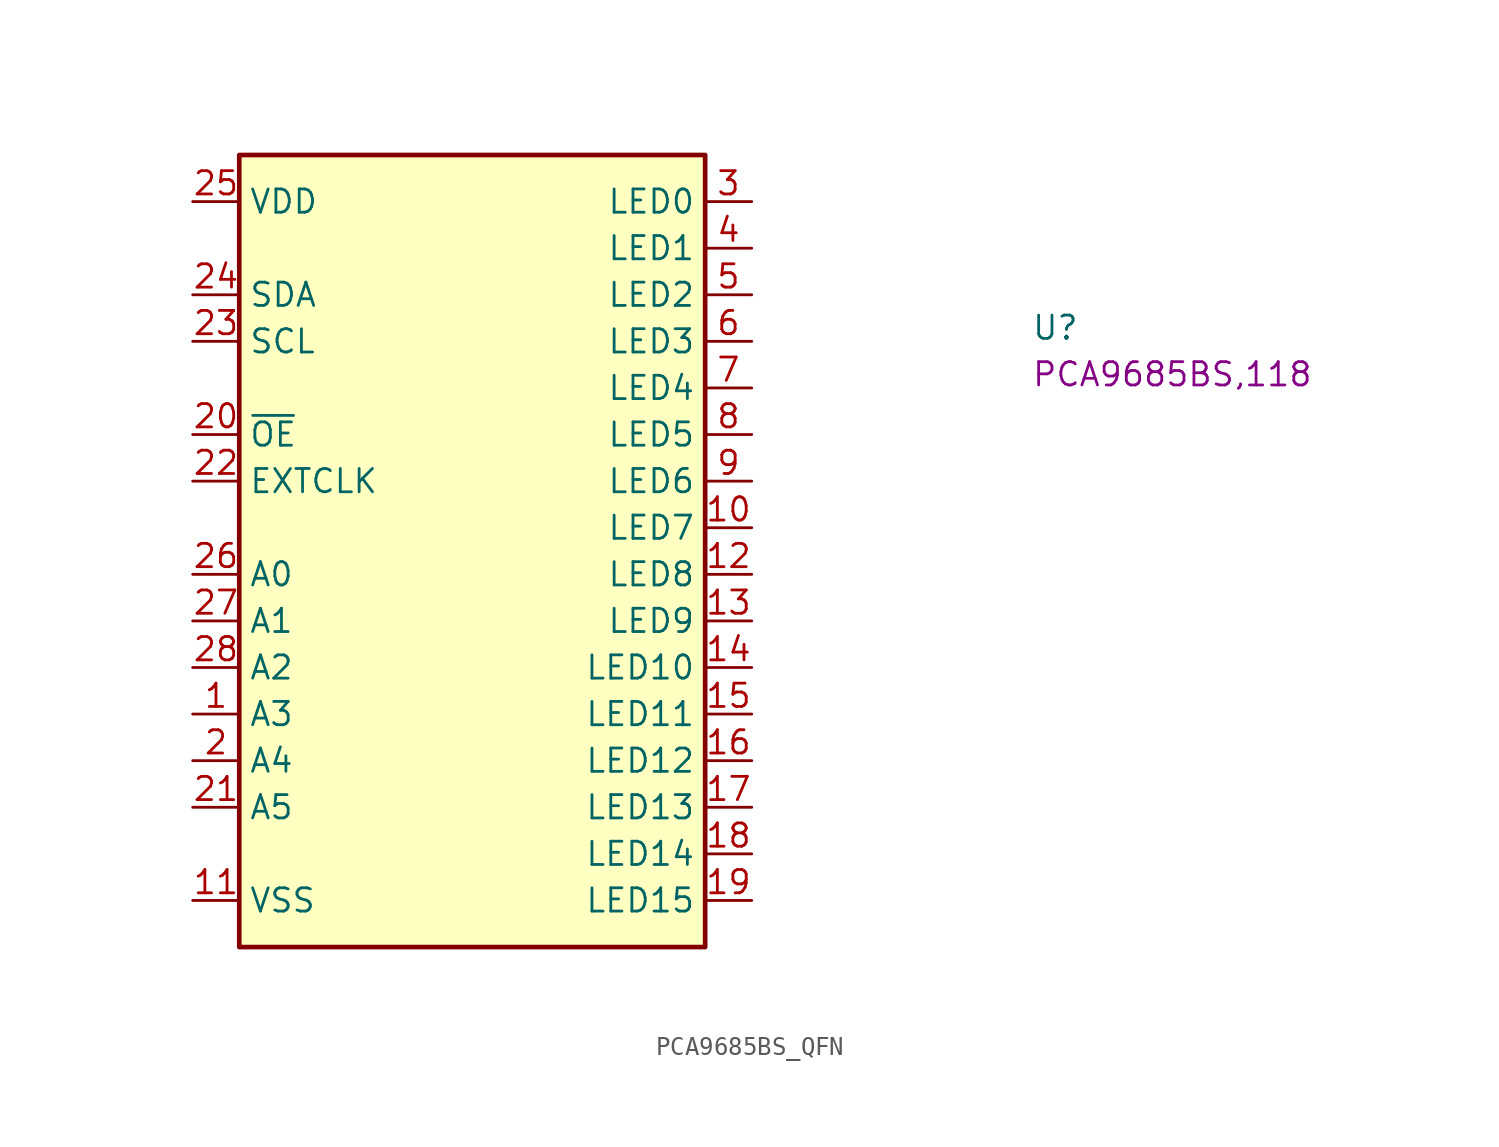
<source format=kicad_sym>
(kicad_symbol_lib
  (version 20220914)
  (generator kicad_symbol_editor)
  (symbol "PCA9685BS_QFN"
    (property "Reference" "U"
      (at 45.72 -7.62 0)
      (effects (font (size 1.27 1.27) (thickness 0.15)) (justify left bottom)))
    (property "MPN" "PCA9685BS,118"
      (at 45.72 -10.16 0)
      (effects (font (size 1.27 1.27) (thickness 0.15)) (justify left bottom)))
    (symbol "PCA9685BS_QFN_1_1"
      (rectangle (start 2.54 2.54) (end 27.94 -40.64) (stroke (width 0.254) (type default)) (fill (type background)))
      (pin input line (at 0 -27.94 0) (length 2.54) (name "A3" (effects (font (size 1.27 1.27)))) (number "1" (effects (font (size 1.27 1.27)))))
      (pin output line (at 30.48 -17.78 180) (length 2.54) (name "LED7" (effects (font (size 1.27 1.27)))) (number "10" (effects (font (size 1.27 1.27)))))
      (pin power_in line (at 0 -38.1 0) (length 2.54) (name "VSS" (effects (font (size 1.27 1.27)))) (number "11" (effects (font (size 1.27 1.27)))))
      (pin output line (at 30.48 -20.32 180) (length 2.54) (name "LED8" (effects (font (size 1.27 1.27)))) (number "12" (effects (font (size 1.27 1.27)))))
      (pin output line (at 30.48 -22.86 180) (length 2.54) (name "LED9" (effects (font (size 1.27 1.27)))) (number "13" (effects (font (size 1.27 1.27)))))
      (pin output line (at 30.48 -25.4 180) (length 2.54) (name "LED10" (effects (font (size 1.27 1.27)))) (number "14" (effects (font (size 1.27 1.27)))))
      (pin output line (at 30.48 -27.94 180) (length 2.54) (name "LED11" (effects (font (size 1.27 1.27)))) (number "15" (effects (font (size 1.27 1.27)))))
      (pin output line (at 30.48 -30.48 180) (length 2.54) (name "LED12" (effects (font (size 1.27 1.27)))) (number "16" (effects (font (size 1.27 1.27)))))
      (pin output line (at 30.48 -33.02 180) (length 2.54) (name "LED13" (effects (font (size 1.27 1.27)))) (number "17" (effects (font (size 1.27 1.27)))))
      (pin output line (at 30.48 -35.56 180) (length 2.54) (name "LED14" (effects (font (size 1.27 1.27)))) (number "18" (effects (font (size 1.27 1.27)))))
      (pin output line (at 30.48 -38.1 180) (length 2.54) (name "LED15" (effects (font (size 1.27 1.27)))) (number "19" (effects (font (size 1.27 1.27)))))
      (pin input line (at 0 -30.48 0) (length 2.54) (name "A4" (effects (font (size 1.27 1.27)))) (number "2" (effects (font (size 1.27 1.27)))))
      (pin input line (at 0 -12.7 0) (length 2.54) (name "~{OE}" (effects (font (size 1.27 1.27)))) (number "20" (effects (font (size 1.27 1.27)))))
      (pin input line (at 0 -33.02 0) (length 2.54) (name "A5" (effects (font (size 1.27 1.27)))) (number "21" (effects (font (size 1.27 1.27)))))
      (pin input line (at 0 -15.24 0) (length 2.54) (name "EXTCLK" (effects (font (size 1.27 1.27)))) (number "22" (effects (font (size 1.27 1.27)))))
      (pin input line (at 0 -7.62 0) (length 2.54) (name "SCL" (effects (font (size 1.27 1.27)))) (number "23" (effects (font (size 1.27 1.27)))))
      (pin bidirectional line (at 0 -5.08 0) (length 2.54) (name "SDA" (effects (font (size 1.27 1.27)))) (number "24" (effects (font (size 1.27 1.27)))))
      (pin power_in line (at 0 0 0) (length 2.54) (name "VDD" (effects (font (size 1.27 1.27)))) (number "25" (effects (font (size 1.27 1.27)))))
      (pin input line (at 0 -20.32 0) (length 2.54) (name "A0" (effects (font (size 1.27 1.27)))) (number "26" (effects (font (size 1.27 1.27)))))
      (pin input line (at 0 -22.86 0) (length 2.54) (name "A1" (effects (font (size 1.27 1.27)))) (number "27" (effects (font (size 1.27 1.27)))))
      (pin input line (at 0 -25.4 0) (length 2.54) (name "A2" (effects (font (size 1.27 1.27)))) (number "28" (effects (font (size 1.27 1.27)))))
      (pin passive line (at 0 -38.1 0) (length 2.54) hide (name "VSS" (effects (font (size 1.27 1.27)))) (number "29" (effects (font (size 1.27 1.27)))))
      (pin output line (at 30.48 0 180) (length 2.54) (name "LED0" (effects (font (size 1.27 1.27)))) (number "3" (effects (font (size 1.27 1.27)))))
      (pin output line (at 30.48 -2.54 180) (length 2.54) (name "LED1" (effects (font (size 1.27 1.27)))) (number "4" (effects (font (size 1.27 1.27)))))
      (pin output line (at 30.48 -5.08 180) (length 2.54) (name "LED2" (effects (font (size 1.27 1.27)))) (number "5" (effects (font (size 1.27 1.27)))))
      (pin output line (at 30.48 -7.62 180) (length 2.54) (name "LED3" (effects (font (size 1.27 1.27)))) (number "6" (effects (font (size 1.27 1.27)))))
      (pin output line (at 30.48 -10.16 180) (length 2.54) (name "LED4" (effects (font (size 1.27 1.27)))) (number "7" (effects (font (size 1.27 1.27)))))
      (pin output line (at 30.48 -12.7 180) (length 2.54) (name "LED5" (effects (font (size 1.27 1.27)))) (number "8" (effects (font (size 1.27 1.27)))))
      (pin output line (at 30.48 -15.24 180) (length 2.54) (name "LED6" (effects (font (size 1.27 1.27)))) (number "9" (effects (font (size 1.27 1.27))))))))
</source>
